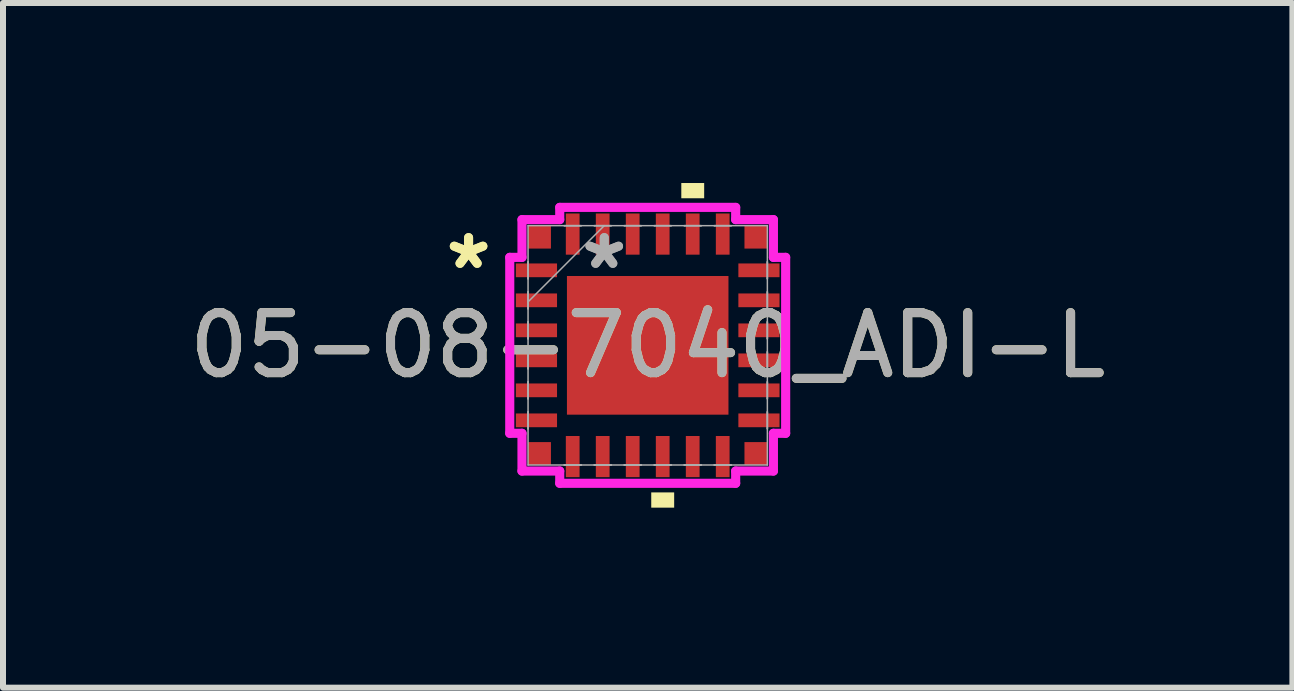
<source format=kicad_pcb>
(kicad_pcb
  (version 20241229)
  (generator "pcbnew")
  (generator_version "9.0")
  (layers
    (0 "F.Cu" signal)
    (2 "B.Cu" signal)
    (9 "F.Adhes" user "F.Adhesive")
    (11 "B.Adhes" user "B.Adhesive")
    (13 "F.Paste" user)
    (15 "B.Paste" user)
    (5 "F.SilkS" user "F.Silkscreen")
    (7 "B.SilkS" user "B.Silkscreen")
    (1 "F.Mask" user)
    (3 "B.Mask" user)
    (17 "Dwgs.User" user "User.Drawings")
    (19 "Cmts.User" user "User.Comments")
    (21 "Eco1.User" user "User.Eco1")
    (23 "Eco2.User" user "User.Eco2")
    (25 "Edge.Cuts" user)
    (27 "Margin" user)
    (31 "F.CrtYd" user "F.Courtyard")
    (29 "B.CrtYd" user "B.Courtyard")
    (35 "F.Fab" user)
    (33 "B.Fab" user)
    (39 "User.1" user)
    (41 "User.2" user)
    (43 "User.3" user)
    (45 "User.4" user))
  (footprint "05-08-7040_ADI-L"
    (layer "F.Cu")
    (at 7.744 2.705)
    (property "Reference" "05-08-7040_ADI-L" (at 0 0 0) (unlocked yes) (layer "F.SilkS") (effects (font (size 1 1) (thickness 0.15))))
    (attr smd)
    (fp_poly (pts (xy 0.059 2.451) (xy 0.059 2.705) (xy 0.441 2.705) (xy 0.441 2.451)) (stroke (width 0) (type solid)) (fill yes) (layer "F.SilkS"))
    (fp_poly (pts (xy 0.56 -2.451) (xy 0.56 -2.705) (xy 0.941 -2.705) (xy 0.941 -2.451)) (stroke (width 0) (type solid)) (fill yes) (layer "F.SilkS"))
    (fp_line (start -2.299 -1.466) (end -2.095 -1.466) (stroke (width 0.152) (type solid)) (layer "F.CrtYd"))
    (fp_line (start -2.299 1.466) (end -2.299 -1.466) (stroke (width 0.152) (type solid)) (layer "F.CrtYd"))
    (fp_line (start -2.095 -2.095) (end -1.466 -2.095) (stroke (width 0.152) (type solid)) (layer "F.CrtYd"))
    (fp_line (start -2.095 -1.466) (end -2.095 -2.095) (stroke (width 0.152) (type solid)) (layer "F.CrtYd"))
    (fp_line (start -2.095 1.466) (end -2.299 1.466) (stroke (width 0.152) (type solid)) (layer "F.CrtYd"))
    (fp_line (start -2.095 2.095) (end -2.095 1.466) (stroke (width 0.152) (type solid)) (layer "F.CrtYd"))
    (fp_line (start -1.466 -2.299) (end 1.466 -2.299) (stroke (width 0.152) (type solid)) (layer "F.CrtYd"))
    (fp_line (start -1.466 -2.095) (end -1.466 -2.299) (stroke (width 0.152) (type solid)) (layer "F.CrtYd"))
    (fp_line (start -1.466 2.095) (end -2.095 2.095) (stroke (width 0.152) (type solid)) (layer "F.CrtYd"))
    (fp_line (start -1.466 2.299) (end -1.466 2.095) (stroke (width 0.152) (type solid)) (layer "F.CrtYd"))
    (fp_line (start 1.466 -2.299) (end 1.466 -2.095) (stroke (width 0.152) (type solid)) (layer "F.CrtYd"))
    (fp_line (start 1.466 -2.095) (end 2.095 -2.095) (stroke (width 0.152) (type solid)) (layer "F.CrtYd"))
    (fp_line (start 1.466 2.095) (end 1.466 2.299) (stroke (width 0.152) (type solid)) (layer "F.CrtYd"))
    (fp_line (start 1.466 2.299) (end -1.466 2.299) (stroke (width 0.152) (type solid)) (layer "F.CrtYd"))
    (fp_line (start 2.095 -2.095) (end 2.095 -1.466) (stroke (width 0.152) (type solid)) (layer "F.CrtYd"))
    (fp_line (start 2.095 -1.466) (end 2.299 -1.466) (stroke (width 0.152) (type solid)) (layer "F.CrtYd"))
    (fp_line (start 2.095 1.466) (end 2.095 2.095) (stroke (width 0.152) (type solid)) (layer "F.CrtYd"))
    (fp_line (start 2.095 2.095) (end 1.466 2.095) (stroke (width 0.152) (type solid)) (layer "F.CrtYd"))
    (fp_line (start 2.299 -1.466) (end 2.299 1.466) (stroke (width 0.152) (type solid)) (layer "F.CrtYd"))
    (fp_line (start 2.299 1.466) (end 2.095 1.466) (stroke (width 0.152) (type solid)) (layer "F.CrtYd"))
    (fp_line (start -1.994 -1.994) (end -1.994 1.994) (stroke (width 0.025) (type solid)) (layer "F.Fab"))
    (fp_line (start -1.994 -1.39) (end -1.994 -1.39) (stroke (width 0.025) (type solid)) (layer "F.Fab"))
    (fp_line (start -1.994 -1.39) (end -1.994 -1.11) (stroke (width 0.025) (type solid)) (layer "F.Fab"))
    (fp_line (start -1.994 -1.11) (end -1.994 -1.39) (stroke (width 0.025) (type solid)) (layer "F.Fab"))
    (fp_line (start -1.994 -1.11) (end -1.994 -1.11) (stroke (width 0.025) (type solid)) (layer "F.Fab"))
    (fp_line (start -1.994 -0.89) (end -1.994 -0.89) (stroke (width 0.025) (type solid)) (layer "F.Fab"))
    (fp_line (start -1.994 -0.89) (end -1.994 -0.61) (stroke (width 0.025) (type solid)) (layer "F.Fab"))
    (fp_line (start -1.994 -0.724) (end -0.724 -1.994) (stroke (width 0.025) (type solid)) (layer "F.Fab"))
    (fp_line (start -1.994 -0.61) (end -1.994 -0.89) (stroke (width 0.025) (type solid)) (layer "F.Fab"))
    (fp_line (start -1.994 -0.61) (end -1.994 -0.61) (stroke (width 0.025) (type solid)) (layer "F.Fab"))
    (fp_line (start -1.994 -0.39) (end -1.994 -0.39) (stroke (width 0.025) (type solid)) (layer "F.Fab"))
    (fp_line (start -1.994 -0.39) (end -1.994 -0.11) (stroke (width 0.025) (type solid)) (layer "F.Fab"))
    (fp_line (start -1.994 -0.11) (end -1.994 -0.39) (stroke (width 0.025) (type solid)) (layer "F.Fab"))
    (fp_line (start -1.994 -0.11) (end -1.994 -0.11) (stroke (width 0.025) (type solid)) (layer "F.Fab"))
    (fp_line (start -1.994 0.11) (end -1.994 0.11) (stroke (width 0.025) (type solid)) (layer "F.Fab"))
    (fp_line (start -1.994 0.11) (end -1.994 0.39) (stroke (width 0.025) (type solid)) (layer "F.Fab"))
    (fp_line (start -1.994 0.39) (end -1.994 0.11) (stroke (width 0.025) (type solid)) (layer "F.Fab"))
    (fp_line (start -1.994 0.39) (end -1.994 0.39) (stroke (width 0.025) (type solid)) (layer "F.Fab"))
    (fp_line (start -1.994 0.61) (end -1.994 0.61) (stroke (width 0.025) (type solid)) (layer "F.Fab"))
    (fp_line (start -1.994 0.61) (end -1.994 0.89) (stroke (width 0.025) (type solid)) (layer "F.Fab"))
    (fp_line (start -1.994 0.89) (end -1.994 0.61) (stroke (width 0.025) (type solid)) (layer "F.Fab"))
    (fp_line (start -1.994 0.89) (end -1.994 0.89) (stroke (width 0.025) (type solid)) (layer "F.Fab"))
    (fp_line (start -1.994 1.11) (end -1.994 1.11) (stroke (width 0.025) (type solid)) (layer "F.Fab"))
    (fp_line (start -1.994 1.11) (end -1.994 1.39) (stroke (width 0.025) (type solid)) (layer "F.Fab"))
    (fp_line (start -1.994 1.39) (end -1.994 1.11) (stroke (width 0.025) (type solid)) (layer "F.Fab"))
    (fp_line (start -1.994 1.39) (end -1.994 1.39) (stroke (width 0.025) (type solid)) (layer "F.Fab"))
    (fp_line (start -1.994 1.994) (end 1.994 1.994) (stroke (width 0.025) (type solid)) (layer "F.Fab"))
    (fp_line (start -1.39 -1.994) (end -1.39 -1.994) (stroke (width 0.025) (type solid)) (layer "F.Fab"))
    (fp_line (start -1.39 -1.994) (end -1.11 -1.994) (stroke (width 0.025) (type solid)) (layer "F.Fab"))
    (fp_line (start -1.39 1.994) (end -1.39 1.994) (stroke (width 0.025) (type solid)) (layer "F.Fab"))
    (fp_line (start -1.39 1.994) (end -1.11 1.994) (stroke (width 0.025) (type solid)) (layer "F.Fab"))
    (fp_line (start -1.11 -1.994) (end -1.39 -1.994) (stroke (width 0.025) (type solid)) (layer "F.Fab"))
    (fp_line (start -1.11 -1.994) (end -1.11 -1.994) (stroke (width 0.025) (type solid)) (layer "F.Fab"))
    (fp_line (start -1.11 1.994) (end -1.39 1.994) (stroke (width 0.025) (type solid)) (layer "F.Fab"))
    (fp_line (start -1.11 1.994) (end -1.11 1.994) (stroke (width 0.025) (type solid)) (layer "F.Fab"))
    (fp_line (start -0.89 -1.994) (end -0.89 -1.994) (stroke (width 0.025) (type solid)) (layer "F.Fab"))
    (fp_line (start -0.89 -1.994) (end -0.61 -1.994) (stroke (width 0.025) (type solid)) (layer "F.Fab"))
    (fp_line (start -0.89 1.994) (end -0.89 1.994) (stroke (width 0.025) (type solid)) (layer "F.Fab"))
    (fp_line (start -0.89 1.994) (end -0.61 1.994) (stroke (width 0.025) (type solid)) (layer "F.Fab"))
    (fp_line (start -0.61 -1.994) (end -0.89 -1.994) (stroke (width 0.025) (type solid)) (layer "F.Fab"))
    (fp_line (start -0.61 -1.994) (end -0.61 -1.994) (stroke (width 0.025) (type solid)) (layer "F.Fab"))
    (fp_line (start -0.61 1.994) (end -0.89 1.994) (stroke (width 0.025) (type solid)) (layer "F.Fab"))
    (fp_line (start -0.61 1.994) (end -0.61 1.994) (stroke (width 0.025) (type solid)) (layer "F.Fab"))
    (fp_line (start -0.39 -1.994) (end -0.39 -1.994) (stroke (width 0.025) (type solid)) (layer "F.Fab"))
    (fp_line (start -0.39 -1.994) (end -0.11 -1.994) (stroke (width 0.025) (type solid)) (layer "F.Fab"))
    (fp_line (start -0.39 1.994) (end -0.39 1.994) (stroke (width 0.025) (type solid)) (layer "F.Fab"))
    (fp_line (start -0.39 1.994) (end -0.11 1.994) (stroke (width 0.025) (type solid)) (layer "F.Fab"))
    (fp_line (start -0.11 -1.994) (end -0.39 -1.994) (stroke (width 0.025) (type solid)) (layer "F.Fab"))
    (fp_line (start -0.11 -1.994) (end -0.11 -1.994) (stroke (width 0.025) (type solid)) (layer "F.Fab"))
    (fp_line (start -0.11 1.994) (end -0.39 1.994) (stroke (width 0.025) (type solid)) (layer "F.Fab"))
    (fp_line (start -0.11 1.994) (end -0.11 1.994) (stroke (width 0.025) (type solid)) (layer "F.Fab"))
    (fp_line (start 0.11 -1.994) (end 0.11 -1.994) (stroke (width 0.025) (type solid)) (layer "F.Fab"))
    (fp_line (start 0.11 -1.994) (end 0.39 -1.994) (stroke (width 0.025) (type solid)) (layer "F.Fab"))
    (fp_line (start 0.11 1.994) (end 0.11 1.994) (stroke (width 0.025) (type solid)) (layer "F.Fab"))
    (fp_line (start 0.11 1.994) (end 0.39 1.994) (stroke (width 0.025) (type solid)) (layer "F.Fab"))
    (fp_line (start 0.39 -1.994) (end 0.11 -1.994) (stroke (width 0.025) (type solid)) (layer "F.Fab"))
    (fp_line (start 0.39 -1.994) (end 0.39 -1.994) (stroke (width 0.025) (type solid)) (layer "F.Fab"))
    (fp_line (start 0.39 1.994) (end 0.11 1.994) (stroke (width 0.025) (type solid)) (layer "F.Fab"))
    (fp_line (start 0.39 1.994) (end 0.39 1.994) (stroke (width 0.025) (type solid)) (layer "F.Fab"))
    (fp_line (start 0.61 -1.994) (end 0.61 -1.994) (stroke (width 0.025) (type solid)) (layer "F.Fab"))
    (fp_line (start 0.61 -1.994) (end 0.89 -1.994) (stroke (width 0.025) (type solid)) (layer "F.Fab"))
    (fp_line (start 0.61 1.994) (end 0.61 1.994) (stroke (width 0.025) (type solid)) (layer "F.Fab"))
    (fp_line (start 0.61 1.994) (end 0.89 1.994) (stroke (width 0.025) (type solid)) (layer "F.Fab"))
    (fp_line (start 0.89 -1.994) (end 0.61 -1.994) (stroke (width 0.025) (type solid)) (layer "F.Fab"))
    (fp_line (start 0.89 -1.994) (end 0.89 -1.994) (stroke (width 0.025) (type solid)) (layer "F.Fab"))
    (fp_line (start 0.89 1.994) (end 0.61 1.994) (stroke (width 0.025) (type solid)) (layer "F.Fab"))
    (fp_line (start 0.89 1.994) (end 0.89 1.994) (stroke (width 0.025) (type solid)) (layer "F.Fab"))
    (fp_line (start 1.11 -1.994) (end 1.11 -1.994) (stroke (width 0.025) (type solid)) (layer "F.Fab"))
    (fp_line (start 1.11 -1.994) (end 1.39 -1.994) (stroke (width 0.025) (type solid)) (layer "F.Fab"))
    (fp_line (start 1.11 1.994) (end 1.11 1.994) (stroke (width 0.025) (type solid)) (layer "F.Fab"))
    (fp_line (start 1.11 1.994) (end 1.39 1.994) (stroke (width 0.025) (type solid)) (layer "F.Fab"))
    (fp_line (start 1.39 -1.994) (end 1.11 -1.994) (stroke (width 0.025) (type solid)) (layer "F.Fab"))
    (fp_line (start 1.39 -1.994) (end 1.39 -1.994) (stroke (width 0.025) (type solid)) (layer "F.Fab"))
    (fp_line (start 1.39 1.994) (end 1.11 1.994) (stroke (width 0.025) (type solid)) (layer "F.Fab"))
    (fp_line (start 1.39 1.994) (end 1.39 1.994) (stroke (width 0.025) (type solid)) (layer "F.Fab"))
    (fp_line (start 1.994 -1.994) (end -1.994 -1.994) (stroke (width 0.025) (type solid)) (layer "F.Fab"))
    (fp_line (start 1.994 -1.39) (end 1.994 -1.39) (stroke (width 0.025) (type solid)) (layer "F.Fab"))
    (fp_line (start 1.994 -1.39) (end 1.994 -1.11) (stroke (width 0.025) (type solid)) (layer "F.Fab"))
    (fp_line (start 1.994 -1.11) (end 1.994 -1.39) (stroke (width 0.025) (type solid)) (layer "F.Fab"))
    (fp_line (start 1.994 -1.11) (end 1.994 -1.11) (stroke (width 0.025) (type solid)) (layer "F.Fab"))
    (fp_line (start 1.994 -0.89) (end 1.994 -0.89) (stroke (width 0.025) (type solid)) (layer "F.Fab"))
    (fp_line (start 1.994 -0.89) (end 1.994 -0.61) (stroke (width 0.025) (type solid)) (layer "F.Fab"))
    (fp_line (start 1.994 -0.61) (end 1.994 -0.89) (stroke (width 0.025) (type solid)) (layer "F.Fab"))
    (fp_line (start 1.994 -0.61) (end 1.994 -0.61) (stroke (width 0.025) (type solid)) (layer "F.Fab"))
    (fp_line (start 1.994 -0.39) (end 1.994 -0.39) (stroke (width 0.025) (type solid)) (layer "F.Fab"))
    (fp_line (start 1.994 -0.39) (end 1.994 -0.11) (stroke (width 0.025) (type solid)) (layer "F.Fab"))
    (fp_line (start 1.994 -0.11) (end 1.994 -0.39) (stroke (width 0.025) (type solid)) (layer "F.Fab"))
    (fp_line (start 1.994 -0.11) (end 1.994 -0.11) (stroke (width 0.025) (type solid)) (layer "F.Fab"))
    (fp_line (start 1.994 0.11) (end 1.994 0.11) (stroke (width 0.025) (type solid)) (layer "F.Fab"))
    (fp_line (start 1.994 0.11) (end 1.994 0.39) (stroke (width 0.025) (type solid)) (layer "F.Fab"))
    (fp_line (start 1.994 0.39) (end 1.994 0.11) (stroke (width 0.025) (type solid)) (layer "F.Fab"))
    (fp_line (start 1.994 0.39) (end 1.994 0.39) (stroke (width 0.025) (type solid)) (layer "F.Fab"))
    (fp_line (start 1.994 0.61) (end 1.994 0.61) (stroke (width 0.025) (type solid)) (layer "F.Fab"))
    (fp_line (start 1.994 0.61) (end 1.994 0.89) (stroke (width 0.025) (type solid)) (layer "F.Fab"))
    (fp_line (start 1.994 0.89) (end 1.994 0.61) (stroke (width 0.025) (type solid)) (layer "F.Fab"))
    (fp_line (start 1.994 0.89) (end 1.994 0.89) (stroke (width 0.025) (type solid)) (layer "F.Fab"))
    (fp_line (start 1.994 1.11) (end 1.994 1.11) (stroke (width 0.025) (type solid)) (layer "F.Fab"))
    (fp_line (start 1.994 1.11) (end 1.994 1.39) (stroke (width 0.025) (type solid)) (layer "F.Fab"))
    (fp_line (start 1.994 1.39) (end 1.994 1.11) (stroke (width 0.025) (type solid)) (layer "F.Fab"))
    (fp_line (start 1.994 1.39) (end 1.994 1.39) (stroke (width 0.025) (type solid)) (layer "F.Fab"))
    (fp_line (start 1.994 1.994) (end 1.994 -1.994) (stroke (width 0.025) (type solid)) (layer "F.Fab"))
    (fp_text user "*" (at -2.985 -1.25 0) (unlocked yes) (layer "F.SilkS") (effects (font (size 1 1) (thickness 0.15))))
    (fp_text user "*" (at -2.985 -1.25 0) (layer "F.SilkS") (effects (font (size 1 1) (thickness 0.15))))
    (fp_text user "*" (at -0.724 -1.25 0) (unlocked yes) (layer "F.Fab") (effects (font (size 1 1) (thickness 0.15))))
    (fp_text user "${REFERENCE}" (at 0 0 0) (unlocked yes) (layer "F.Fab") (effects (font (size 1 1) (thickness 0.15))))
    (fp_text user "*" (at -0.724 -1.25 0) (layer "F.Fab") (effects (font (size 1 1) (thickness 0.15))))
    (pad "1" smd rect (at -1.854 -1.25 90) (size 0.229 0.686) (layers "F.Cu" "F.Mask" "F.Paste"))
    (pad "2" smd rect (at -1.854 -0.75 90) (size 0.229 0.686) (layers "F.Cu" "F.Mask" "F.Paste"))
    (pad "3" smd rect (at -1.854 -0.25 90) (size 0.229 0.686) (layers "F.Cu" "F.Mask" "F.Paste"))
    (pad "4" smd rect (at -1.854 0.25 90) (size 0.229 0.686) (layers "F.Cu" "F.Mask" "F.Paste"))
    (pad "5" smd rect (at -1.854 0.75 90) (size 0.229 0.686) (layers "F.Cu" "F.Mask" "F.Paste"))
    (pad "6" smd rect (at -1.854 1.25 90) (size 0.229 0.686) (layers "F.Cu" "F.Mask" "F.Paste"))
    (pad "7" smd rect (at -1.25 1.854) (size 0.229 0.686) (layers "F.Cu" "F.Mask" "F.Paste"))
    (pad "8" smd rect (at -0.75 1.854) (size 0.229 0.686) (layers "F.Cu" "F.Mask" "F.Paste"))
    (pad "9" smd rect (at -0.25 1.854) (size 0.229 0.686) (layers "F.Cu" "F.Mask" "F.Paste"))
    (pad "10" smd rect (at 0.25 1.854) (size 0.229 0.686) (layers "F.Cu" "F.Mask" "F.Paste"))
    (pad "11" smd rect (at 0.75 1.854) (size 0.229 0.686) (layers "F.Cu" "F.Mask" "F.Paste"))
    (pad "12" smd rect (at 1.25 1.854) (size 0.229 0.686) (layers "F.Cu" "F.Mask" "F.Paste"))
    (pad "13" smd rect (at 1.854 1.25 90) (size 0.229 0.686) (layers "F.Cu" "F.Mask" "F.Paste"))
    (pad "14" smd rect (at 1.854 0.75 90) (size 0.229 0.686) (layers "F.Cu" "F.Mask" "F.Paste"))
    (pad "15" smd rect (at 1.854 0.25 90) (size 0.229 0.686) (layers "F.Cu" "F.Mask" "F.Paste"))
    (pad "16" smd rect (at 1.854 -0.25 90) (size 0.229 0.686) (layers "F.Cu" "F.Mask" "F.Paste"))
    (pad "17" smd rect (at 1.854 -0.75 90) (size 0.229 0.686) (layers "F.Cu" "F.Mask" "F.Paste"))
    (pad "18" smd rect (at 1.854 -1.25 90) (size 0.229 0.686) (layers "F.Cu" "F.Mask" "F.Paste"))
    (pad "19" smd rect (at 1.25 -1.854) (size 0.229 0.686) (layers "F.Cu" "F.Mask" "F.Paste"))
    (pad "20" smd rect (at 0.75 -1.854) (size 0.229 0.686) (layers "F.Cu" "F.Mask" "F.Paste"))
    (pad "21" smd rect (at 0.25 -1.854) (size 0.229 0.686) (layers "F.Cu" "F.Mask" "F.Paste"))
    (pad "22" smd rect (at -0.25 -1.854) (size 0.229 0.686) (layers "F.Cu" "F.Mask" "F.Paste"))
    (pad "23" smd rect (at -0.75 -1.854) (size 0.229 0.686) (layers "F.Cu" "F.Mask" "F.Paste"))
    (pad "24" smd rect (at -1.25 -1.854) (size 0.229 0.686) (layers "F.Cu" "F.Mask" "F.Paste"))
    (pad "25" smd rect (at 0 0) (size 2.692 2.311) (layers "F.Cu" "F.Mask" "F.Paste"))
    (pad "26" smd rect (at -1.803 -1.803) (size 0.381 0.381) (layers "F.Cu" "F.Mask" "F.Paste"))
    (pad "27" smd rect (at -1.803 1.803) (size 0.381 0.381) (layers "F.Cu" "F.Mask" "F.Paste"))
    (pad "28" smd rect (at 1.803 1.803) (size 0.381 0.381) (layers "F.Cu" "F.Mask" "F.Paste"))
    (pad "29" smd rect (at 1.803 -1.803) (size 0.381 0.381) (layers "F.Cu" "F.Mask" "F.Paste")))
  (gr_rect
    (start -3 -3)
    (end 18.488 8.41)
    (stroke (width 0.1) (type default))
    (fill no)
    (layer "Edge.Cuts")))
</source>
